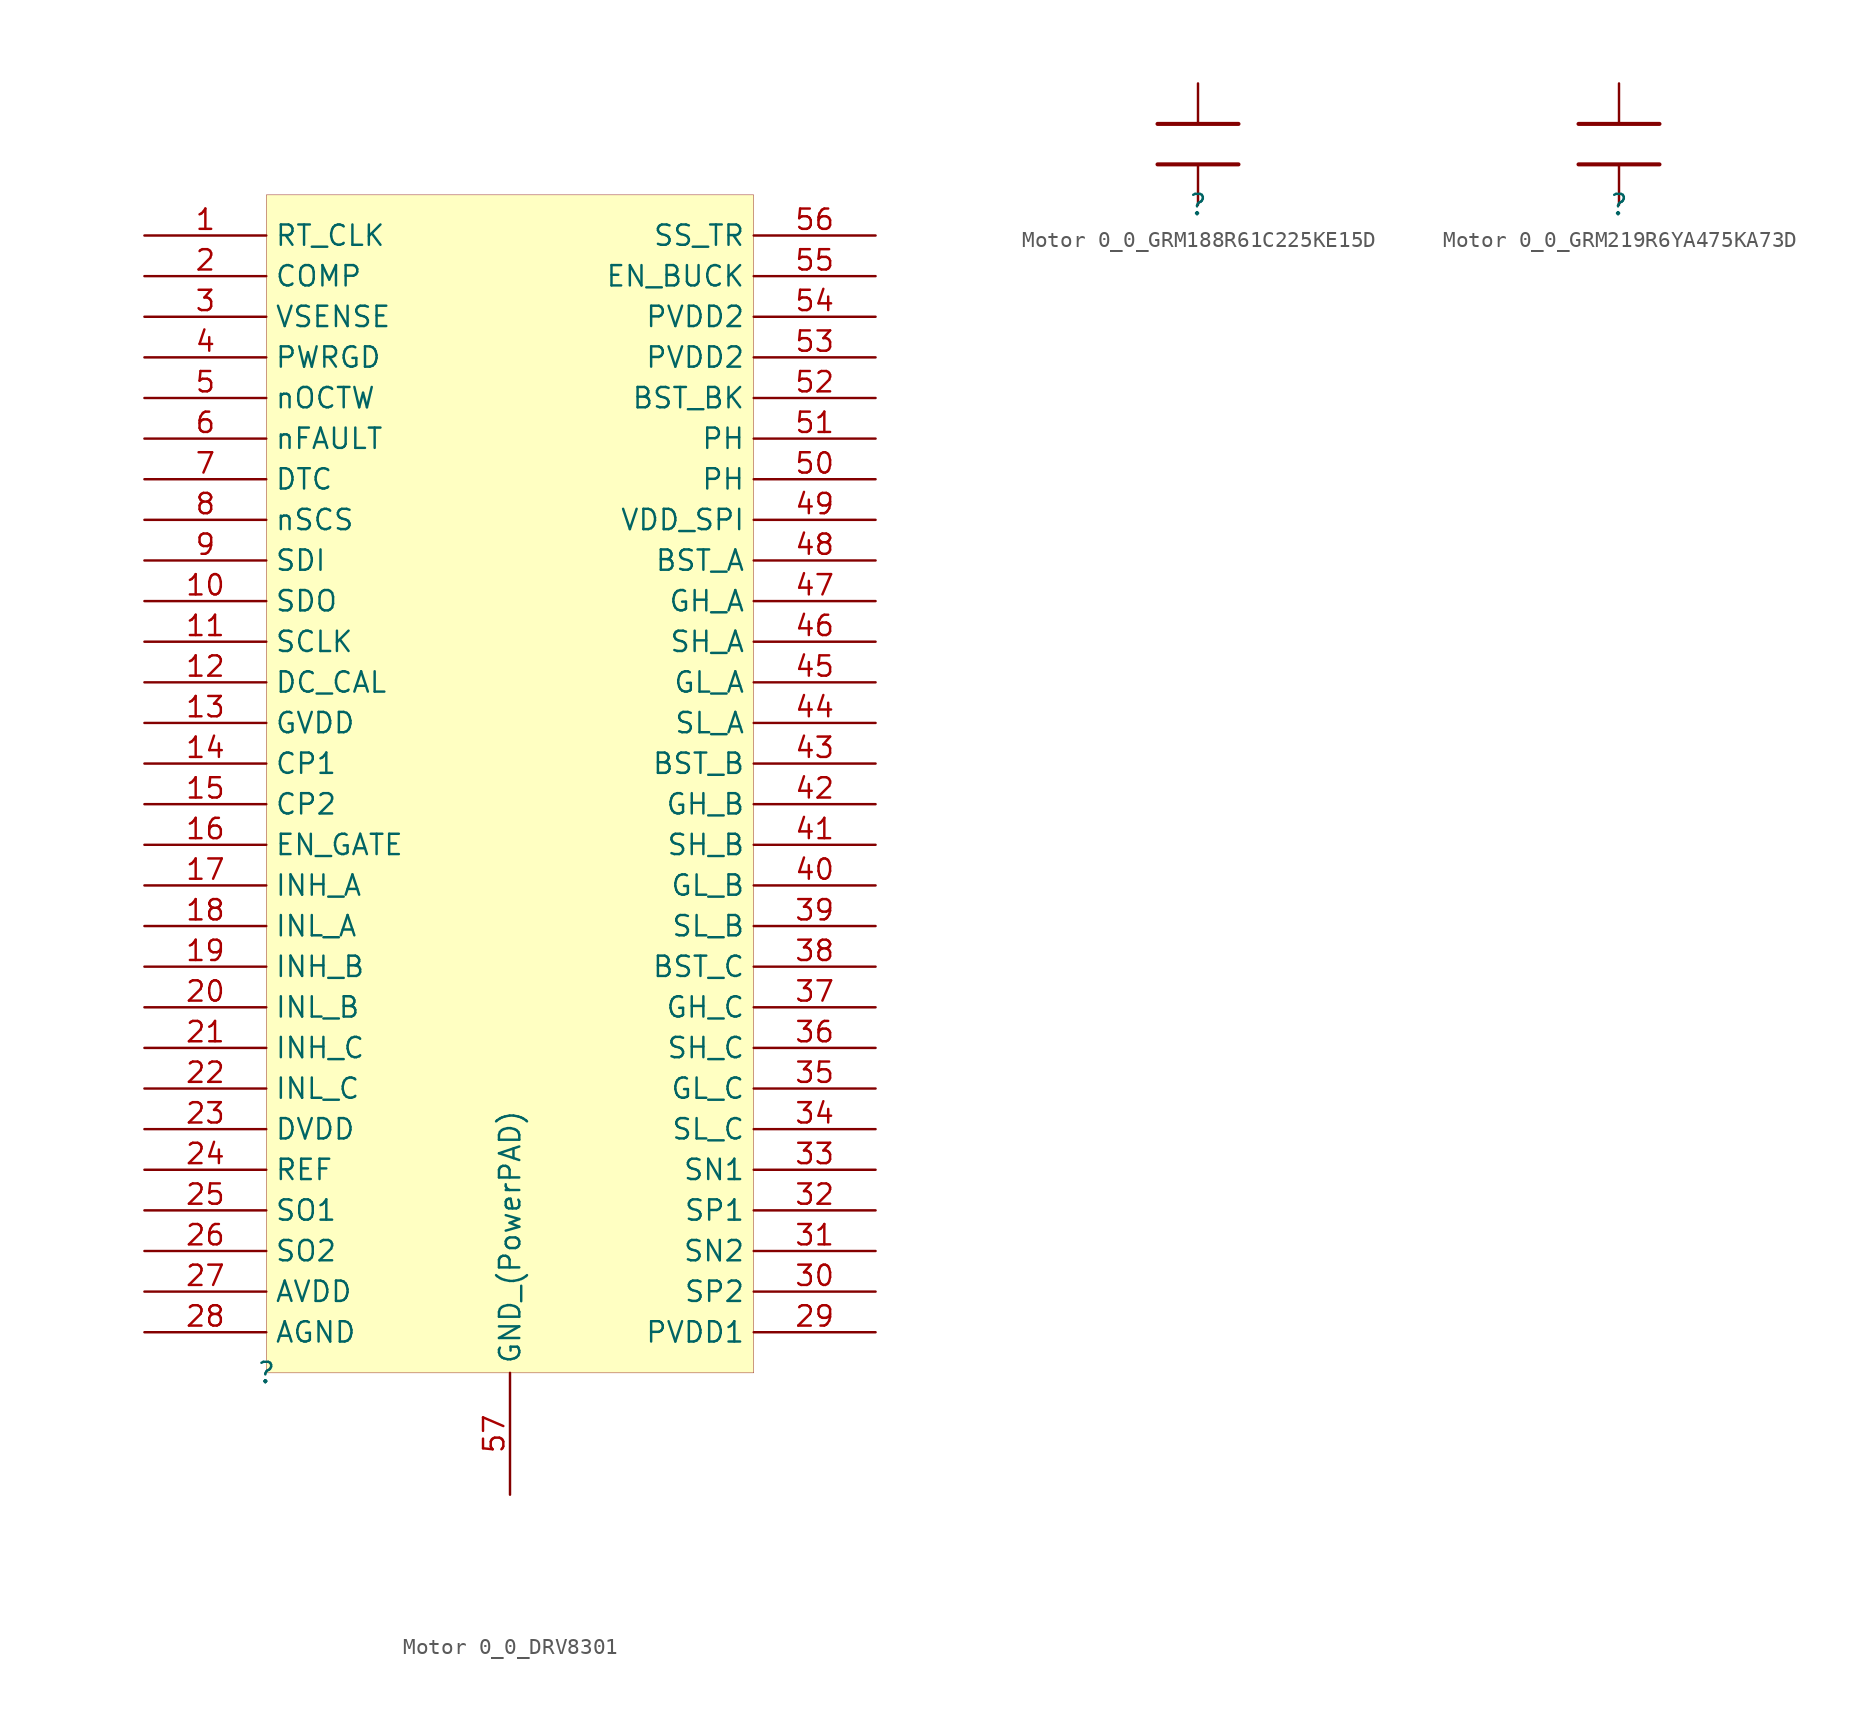
<source format=kicad_sym>
(kicad_symbol_lib
  (version 20231120)
  (generator "kicad_symbol_editor")
  (generator_version "8.0")
  (symbol "Motor 0_0_DRV8301"
    (property "Reference" ""
      (at 0 0 0)
      (effects (font (size 1.27 1.27))))
    (property "Value" ""
      (at 0 0 0)
      (effects (font (size 1.27 1.27))))
    (symbol "Motor 0_0_DRV8301_1_0"
      (rectangle (start 30.48 73.66) (end 0 0) (stroke (width 0.025) (type solid) (color 128 0 0 1)) (fill (type background)))
      (pin passive line (at -7.62 71.12 0) (length 7.62) (name "RT_CLK" (effects (font (size 1.27 1.27)))) (number "1" (effects (font (size 1.27 1.27)))))
      (pin passive line (at -7.62 48.26 0) (length 7.62) (name "SDO" (effects (font (size 1.27 1.27)))) (number "10" (effects (font (size 1.27 1.27)))))
      (pin passive line (at -7.62 45.72 0) (length 7.62) (name "SCLK" (effects (font (size 1.27 1.27)))) (number "11" (effects (font (size 1.27 1.27)))))
      (pin passive line (at -7.62 43.18 0) (length 7.62) (name "DC_CAL" (effects (font (size 1.27 1.27)))) (number "12" (effects (font (size 1.27 1.27)))))
      (pin passive line (at -7.62 40.64 0) (length 7.62) (name "GVDD" (effects (font (size 1.27 1.27)))) (number "13" (effects (font (size 1.27 1.27)))))
      (pin passive line (at -7.62 38.1 0) (length 7.62) (name "CP1" (effects (font (size 1.27 1.27)))) (number "14" (effects (font (size 1.27 1.27)))))
      (pin passive line (at -7.62 35.56 0) (length 7.62) (name "CP2" (effects (font (size 1.27 1.27)))) (number "15" (effects (font (size 1.27 1.27)))))
      (pin passive line (at -7.62 33.02 0) (length 7.62) (name "EN_GATE" (effects (font (size 1.27 1.27)))) (number "16" (effects (font (size 1.27 1.27)))))
      (pin passive line (at -7.62 30.48 0) (length 7.62) (name "INH_A" (effects (font (size 1.27 1.27)))) (number "17" (effects (font (size 1.27 1.27)))))
      (pin passive line (at -7.62 27.94 0) (length 7.62) (name "INL_A" (effects (font (size 1.27 1.27)))) (number "18" (effects (font (size 1.27 1.27)))))
      (pin passive line (at -7.62 25.4 0) (length 7.62) (name "INH_B" (effects (font (size 1.27 1.27)))) (number "19" (effects (font (size 1.27 1.27)))))
      (pin passive line (at -7.62 68.58 0) (length 7.62) (name "COMP" (effects (font (size 1.27 1.27)))) (number "2" (effects (font (size 1.27 1.27)))))
      (pin passive line (at -7.62 22.86 0) (length 7.62) (name "INL_B" (effects (font (size 1.27 1.27)))) (number "20" (effects (font (size 1.27 1.27)))))
      (pin passive line (at -7.62 20.32 0) (length 7.62) (name "INH_C" (effects (font (size 1.27 1.27)))) (number "21" (effects (font (size 1.27 1.27)))))
      (pin passive line (at -7.62 17.78 0) (length 7.62) (name "INL_C" (effects (font (size 1.27 1.27)))) (number "22" (effects (font (size 1.27 1.27)))))
      (pin passive line (at -7.62 15.24 0) (length 7.62) (name "DVDD" (effects (font (size 1.27 1.27)))) (number "23" (effects (font (size 1.27 1.27)))))
      (pin passive line (at -7.62 12.7 0) (length 7.62) (name "REF" (effects (font (size 1.27 1.27)))) (number "24" (effects (font (size 1.27 1.27)))))
      (pin passive line (at -7.62 10.16 0) (length 7.62) (name "SO1" (effects (font (size 1.27 1.27)))) (number "25" (effects (font (size 1.27 1.27)))))
      (pin passive line (at -7.62 7.62 0) (length 7.62) (name "SO2" (effects (font (size 1.27 1.27)))) (number "26" (effects (font (size 1.27 1.27)))))
      (pin passive line (at -7.62 5.08 0) (length 7.62) (name "AVDD" (effects (font (size 1.27 1.27)))) (number "27" (effects (font (size 1.27 1.27)))))
      (pin passive line (at -7.62 2.54 0) (length 7.62) (name "AGND" (effects (font (size 1.27 1.27)))) (number "28" (effects (font (size 1.27 1.27)))))
      (pin passive line (at 38.1 2.54 180) (length 7.62) (name "PVDD1" (effects (font (size 1.27 1.27)))) (number "29" (effects (font (size 1.27 1.27)))))
      (pin passive line (at -7.62 66.04 0) (length 7.62) (name "VSENSE" (effects (font (size 1.27 1.27)))) (number "3" (effects (font (size 1.27 1.27)))))
      (pin passive line (at 38.1 5.08 180) (length 7.62) (name "SP2" (effects (font (size 1.27 1.27)))) (number "30" (effects (font (size 1.27 1.27)))))
      (pin passive line (at 38.1 7.62 180) (length 7.62) (name "SN2" (effects (font (size 1.27 1.27)))) (number "31" (effects (font (size 1.27 1.27)))))
      (pin passive line (at 38.1 10.16 180) (length 7.62) (name "SP1" (effects (font (size 1.27 1.27)))) (number "32" (effects (font (size 1.27 1.27)))))
      (pin passive line (at 38.1 12.7 180) (length 7.62) (name "SN1" (effects (font (size 1.27 1.27)))) (number "33" (effects (font (size 1.27 1.27)))))
      (pin passive line (at 38.1 15.24 180) (length 7.62) (name "SL_C" (effects (font (size 1.27 1.27)))) (number "34" (effects (font (size 1.27 1.27)))))
      (pin passive line (at 38.1 17.78 180) (length 7.62) (name "GL_C" (effects (font (size 1.27 1.27)))) (number "35" (effects (font (size 1.27 1.27)))))
      (pin passive line (at 38.1 20.32 180) (length 7.62) (name "SH_C" (effects (font (size 1.27 1.27)))) (number "36" (effects (font (size 1.27 1.27)))))
      (pin passive line (at 38.1 22.86 180) (length 7.62) (name "GH_C" (effects (font (size 1.27 1.27)))) (number "37" (effects (font (size 1.27 1.27)))))
      (pin passive line (at 38.1 25.4 180) (length 7.62) (name "BST_C" (effects (font (size 1.27 1.27)))) (number "38" (effects (font (size 1.27 1.27)))))
      (pin passive line (at 38.1 27.94 180) (length 7.62) (name "SL_B" (effects (font (size 1.27 1.27)))) (number "39" (effects (font (size 1.27 1.27)))))
      (pin passive line (at -7.62 63.5 0) (length 7.62) (name "PWRGD" (effects (font (size 1.27 1.27)))) (number "4" (effects (font (size 1.27 1.27)))))
      (pin passive line (at 38.1 30.48 180) (length 7.62) (name "GL_B" (effects (font (size 1.27 1.27)))) (number "40" (effects (font (size 1.27 1.27)))))
      (pin passive line (at 38.1 33.02 180) (length 7.62) (name "SH_B" (effects (font (size 1.27 1.27)))) (number "41" (effects (font (size 1.27 1.27)))))
      (pin passive line (at 38.1 35.56 180) (length 7.62) (name "GH_B" (effects (font (size 1.27 1.27)))) (number "42" (effects (font (size 1.27 1.27)))))
      (pin passive line (at 38.1 38.1 180) (length 7.62) (name "BST_B" (effects (font (size 1.27 1.27)))) (number "43" (effects (font (size 1.27 1.27)))))
      (pin passive line (at 38.1 40.64 180) (length 7.62) (name "SL_A" (effects (font (size 1.27 1.27)))) (number "44" (effects (font (size 1.27 1.27)))))
      (pin passive line (at 38.1 43.18 180) (length 7.62) (name "GL_A" (effects (font (size 1.27 1.27)))) (number "45" (effects (font (size 1.27 1.27)))))
      (pin passive line (at 38.1 45.72 180) (length 7.62) (name "SH_A" (effects (font (size 1.27 1.27)))) (number "46" (effects (font (size 1.27 1.27)))))
      (pin passive line (at 38.1 48.26 180) (length 7.62) (name "GH_A" (effects (font (size 1.27 1.27)))) (number "47" (effects (font (size 1.27 1.27)))))
      (pin passive line (at 38.1 50.8 180) (length 7.62) (name "BST_A" (effects (font (size 1.27 1.27)))) (number "48" (effects (font (size 1.27 1.27)))))
      (pin passive line (at 38.1 53.34 180) (length 7.62) (name "VDD_SPI" (effects (font (size 1.27 1.27)))) (number "49" (effects (font (size 1.27 1.27)))))
      (pin passive line (at -7.62 60.96 0) (length 7.62) (name "nOCTW" (effects (font (size 1.27 1.27)))) (number "5" (effects (font (size 1.27 1.27)))))
      (pin passive line (at 38.1 55.88 180) (length 7.62) (name "PH" (effects (font (size 1.27 1.27)))) (number "50" (effects (font (size 1.27 1.27)))))
      (pin passive line (at 38.1 58.42 180) (length 7.62) (name "PH" (effects (font (size 1.27 1.27)))) (number "51" (effects (font (size 1.27 1.27)))))
      (pin passive line (at 38.1 60.96 180) (length 7.62) (name "BST_BK" (effects (font (size 1.27 1.27)))) (number "52" (effects (font (size 1.27 1.27)))))
      (pin passive line (at 38.1 63.5 180) (length 7.62) (name "PVDD2" (effects (font (size 1.27 1.27)))) (number "53" (effects (font (size 1.27 1.27)))))
      (pin passive line (at 38.1 66.04 180) (length 7.62) (name "PVDD2" (effects (font (size 1.27 1.27)))) (number "54" (effects (font (size 1.27 1.27)))))
      (pin passive line (at 38.1 68.58 180) (length 7.62) (name "EN_BUCK" (effects (font (size 1.27 1.27)))) (number "55" (effects (font (size 1.27 1.27)))))
      (pin passive line (at 38.1 71.12 180) (length 7.62) (name "SS_TR" (effects (font (size 1.27 1.27)))) (number "56" (effects (font (size 1.27 1.27)))))
      (pin passive line (at 15.24 -7.62 90) (length 7.62) (name "GND_(PowerPAD)" (effects (font (size 1.27 1.27)))) (number "57" (effects (font (size 1.27 1.27)))))
      (pin passive line (at -7.62 58.42 0) (length 7.62) (name "nFAULT" (effects (font (size 1.27 1.27)))) (number "6" (effects (font (size 1.27 1.27)))))
      (pin passive line (at -7.62 55.88 0) (length 7.62) (name "DTC" (effects (font (size 1.27 1.27)))) (number "7" (effects (font (size 1.27 1.27)))))
      (pin passive line (at -7.62 53.34 0) (length 7.62) (name "nSCS" (effects (font (size 1.27 1.27)))) (number "8" (effects (font (size 1.27 1.27)))))
      (pin passive line (at -7.62 50.8 0) (length 7.62) (name "SDI" (effects (font (size 1.27 1.27)))) (number "9" (effects (font (size 1.27 1.27)))))))
  (symbol "Motor 0_0_GRM188R61C225KE15D"
    (property "Reference" ""
      (at 0 0 0)
      (effects (font (size 1.27 1.27))))
    (property "Value" ""
      (at 0 0 0)
      (effects (font (size 1.27 1.27))))
    (symbol "Motor 0_0_GRM188R61C225KE15D_1_0"
      (polyline (pts (xy -2.54 2.54) (xy 2.54 2.54)) (stroke (width 0.254) (type solid)) (fill (type none)))
      (polyline (pts (xy -2.54 5.08) (xy 2.54 5.08)) (stroke (width 0.254) (type solid)) (fill (type none)))
      (pin passive line (at 0 0 90) (length 2.54) (name "1" (effects (font (size 0 0)))) (number "1" (effects (font (size 0 0)))))
      (pin passive line (at 0 7.62 270) (length 2.54) (name "2" (effects (font (size 0 0)))) (number "2" (effects (font (size 0 0)))))))
  (symbol "Motor 0_0_GRM219R6YA475KA73D"
    (property "Reference" ""
      (at 0 0 0)
      (effects (font (size 1.27 1.27))))
    (property "Value" ""
      (at 0 0 0)
      (effects (font (size 1.27 1.27))))
    (symbol "Motor 0_0_GRM219R6YA475KA73D_1_0"
      (polyline (pts (xy -2.54 2.54) (xy 2.54 2.54)) (stroke (width 0.254) (type solid)) (fill (type none)))
      (polyline (pts (xy -2.54 5.08) (xy 2.54 5.08)) (stroke (width 0.254) (type solid)) (fill (type none)))
      (pin passive line (at 0 0 90) (length 2.54) (name "1" (effects (font (size 0 0)))) (number "1" (effects (font (size 0 0)))))
      (pin passive line (at 0 7.62 270) (length 2.54) (name "2" (effects (font (size 0 0)))) (number "2" (effects (font (size 0 0))))))))
</source>
